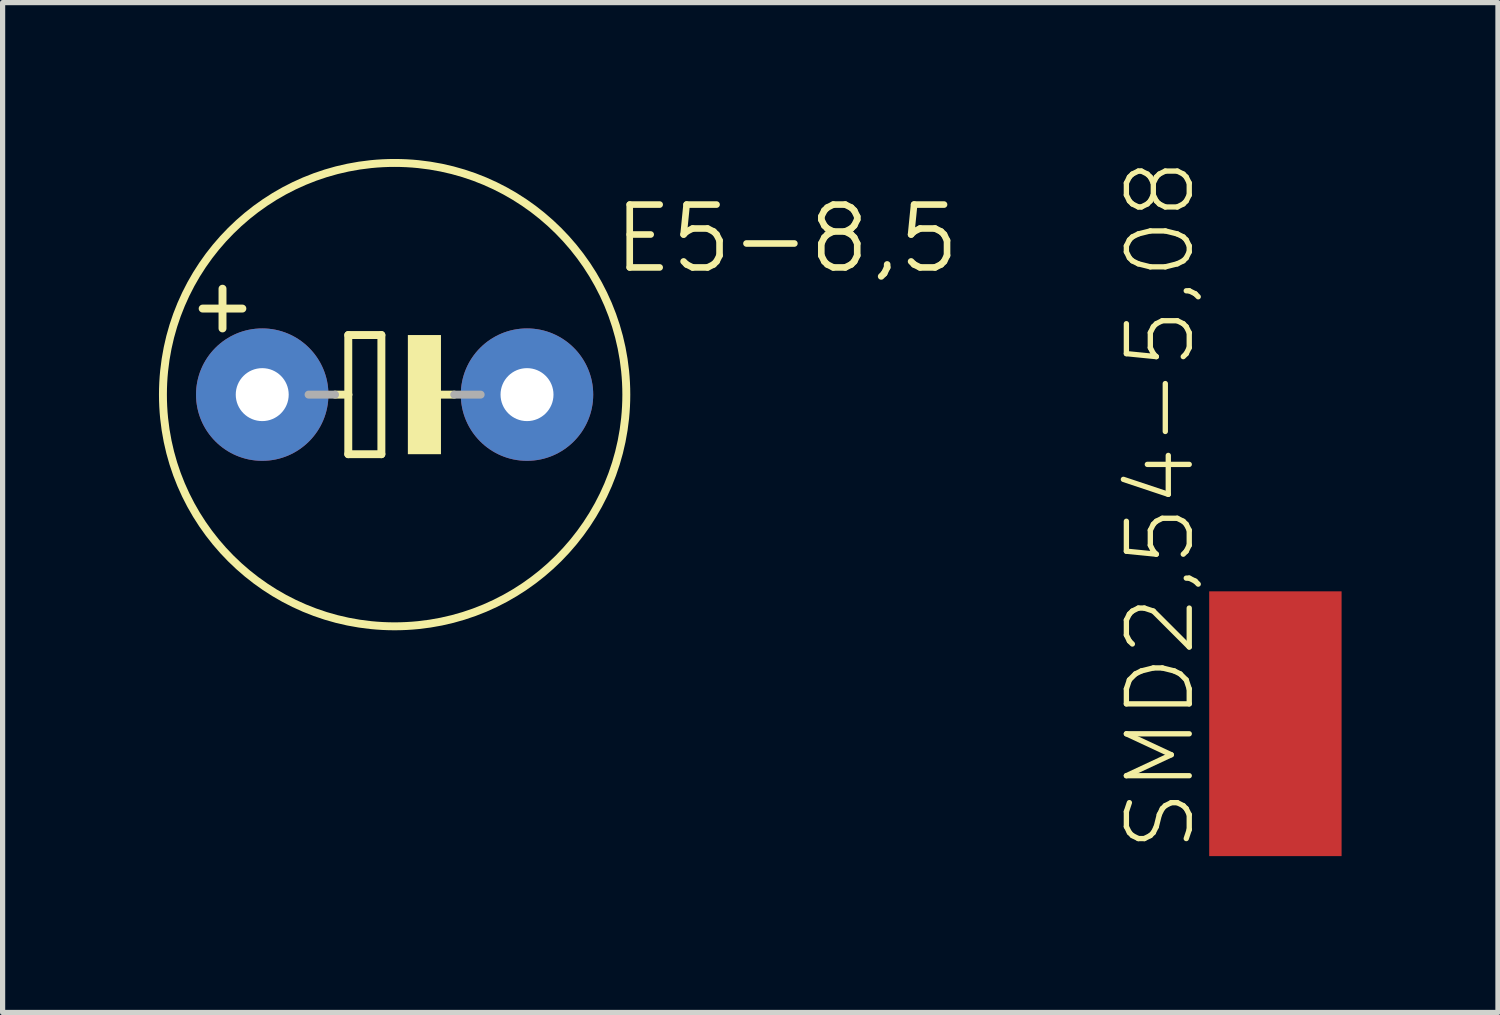
<source format=kicad_pcb>
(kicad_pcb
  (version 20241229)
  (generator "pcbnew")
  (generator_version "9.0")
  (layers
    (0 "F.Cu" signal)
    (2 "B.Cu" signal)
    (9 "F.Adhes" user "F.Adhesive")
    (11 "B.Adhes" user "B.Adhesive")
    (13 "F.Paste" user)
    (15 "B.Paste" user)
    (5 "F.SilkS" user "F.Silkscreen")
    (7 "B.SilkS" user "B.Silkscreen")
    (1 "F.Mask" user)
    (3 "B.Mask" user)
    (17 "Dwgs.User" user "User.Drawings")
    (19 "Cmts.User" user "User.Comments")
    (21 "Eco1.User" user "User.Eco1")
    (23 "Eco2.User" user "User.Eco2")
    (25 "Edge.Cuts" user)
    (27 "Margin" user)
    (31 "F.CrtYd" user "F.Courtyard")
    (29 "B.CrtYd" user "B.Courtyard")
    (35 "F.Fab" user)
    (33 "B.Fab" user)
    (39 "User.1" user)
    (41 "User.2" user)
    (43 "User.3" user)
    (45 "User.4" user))
  (footprint "SMD2,54-5,08"
    (layer "F.Cu")
    (at 21.419 10.835)
    (property "Reference" "SMD2,54-5,08" (at -1.5 2.5 90) (layer "F.SilkS") (effects (font (size 1.206 1.206) (thickness 0.102)) (justify left bottom)))
    (attr through_hole)
    (pad "1" smd rect (at 0 0) (size 2.54 5.08) (layers "F.Cu" "F.Mask" "F.Paste")))
  (footprint "E5-8,5"
    (layer "F.Cu")
    (at 4.521 4.521)
    (property "Reference" "E5-8,5" (at 4.14 -2.286 0) (layer "F.SilkS") (effects (font (size 1.206 1.206) (thickness 0.127)) (justify left bottom)))
    (attr through_hole)
    (fp_line (start -3.683 -1.651) (end -2.921 -1.651) (stroke (width 0.152) (type solid)) (layer "F.SilkS"))
    (fp_line (start -3.302 -2.032) (end -3.302 -1.27) (stroke (width 0.152) (type solid)) (layer "F.SilkS"))
    (fp_line (start -1.143 0) (end -0.889 0) (stroke (width 0.152) (type solid)) (layer "F.SilkS"))
    (fp_line (start -0.889 -1.143) (end -0.889 0) (stroke (width 0.152) (type solid)) (layer "F.SilkS"))
    (fp_line (start -0.889 0) (end -0.889 1.143) (stroke (width 0.152) (type solid)) (layer "F.SilkS"))
    (fp_line (start -0.889 1.143) (end -0.254 1.143) (stroke (width 0.152) (type solid)) (layer "F.SilkS"))
    (fp_line (start -0.254 -1.143) (end -0.889 -1.143) (stroke (width 0.152) (type solid)) (layer "F.SilkS"))
    (fp_line (start -0.254 1.143) (end -0.254 -1.143) (stroke (width 0.152) (type solid)) (layer "F.SilkS"))
    (fp_line (start 0.635 0) (end 1.143 0) (stroke (width 0.152) (type solid)) (layer "F.SilkS"))
    (fp_circle (center 0 0) (end 4.445 0) (stroke (width 0.152) (type solid)) (fill no) (layer "F.SilkS"))
    (fp_poly (pts (xy 0.254 1.143) (xy 0.889 1.143) (xy 0.889 -1.143) (xy 0.254 -1.143)) (stroke (width 0) (type solid)) (fill yes) (layer "F.SilkS"))
    (fp_line (start -1.651 0) (end -1.143 0) (stroke (width 0.152) (type solid)) (layer "F.Fab"))
    (fp_line (start 1.143 0) (end 1.651 0) (stroke (width 0.152) (type solid)) (layer "F.Fab"))
    (pad "+" thru_hole circle (at -2.54 0) (size 2.54 2.54) (drill 1.016) (layers "*.Cu" "*.Mask"))
    (pad "-" thru_hole circle (at 2.54 0) (size 2.54 2.54) (drill 1.016) (layers "*.Cu" "*.Mask")))
  (gr_rect
    (start -3 -3)
    (end 25.689 16.375)
    (stroke (width 0.1) (type default))
    (fill no)
    (layer "Edge.Cuts")))
</source>
